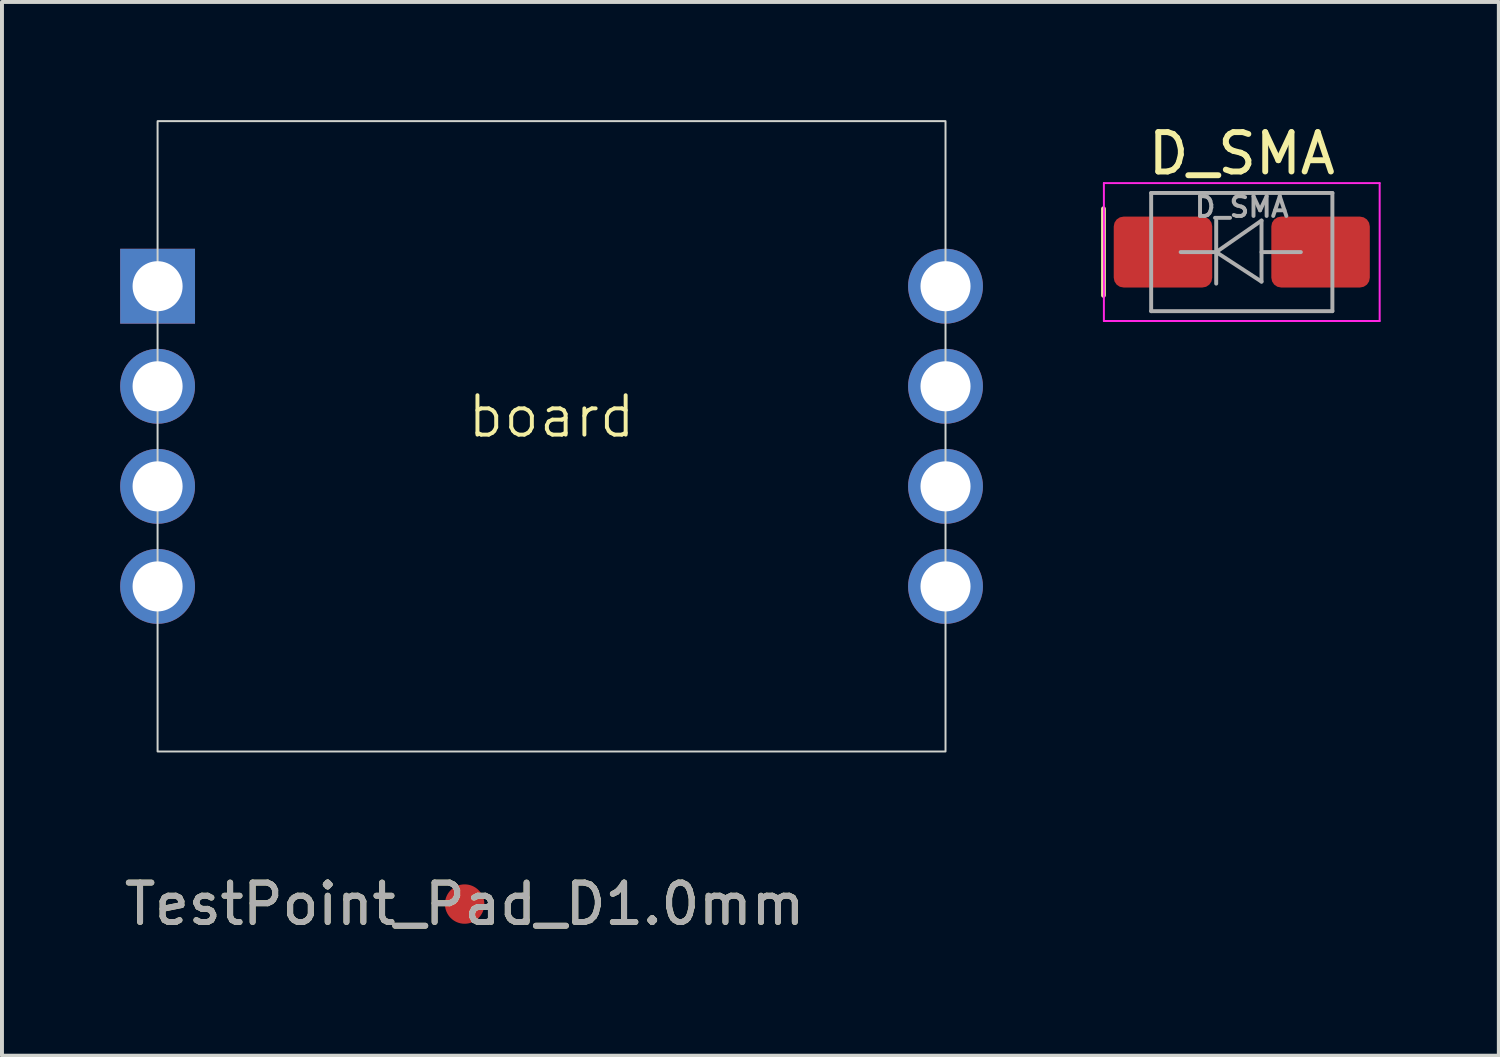
<source format=kicad_pcb>
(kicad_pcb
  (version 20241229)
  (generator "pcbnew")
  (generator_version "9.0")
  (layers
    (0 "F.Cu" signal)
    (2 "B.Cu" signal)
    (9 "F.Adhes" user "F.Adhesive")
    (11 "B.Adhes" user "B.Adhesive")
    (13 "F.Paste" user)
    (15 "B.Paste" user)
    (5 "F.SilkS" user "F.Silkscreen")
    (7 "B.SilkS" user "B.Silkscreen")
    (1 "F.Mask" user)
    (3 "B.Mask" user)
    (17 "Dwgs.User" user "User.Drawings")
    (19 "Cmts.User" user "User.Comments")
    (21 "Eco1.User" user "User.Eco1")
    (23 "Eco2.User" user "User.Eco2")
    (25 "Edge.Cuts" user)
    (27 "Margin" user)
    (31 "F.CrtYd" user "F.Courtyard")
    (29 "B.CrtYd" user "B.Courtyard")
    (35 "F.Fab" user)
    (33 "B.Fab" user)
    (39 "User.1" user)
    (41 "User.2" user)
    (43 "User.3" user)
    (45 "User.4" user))
  (footprint "board"
    (layer "F.Cu")
    (at 10.95 8.025)
    (property "Reference" "board" (at 0 -0.5 0) (unlocked yes) (layer "F.SilkS") (effects (font (size 1 1) (thickness 0.1))))
    (attr smd)
    (fp_rect (start -10 -8) (end 10 8) (stroke (width 0.05) (type default)) (fill no) (layer "Edge.Cuts"))
    (pad "1" thru_hole rect (at -10 -3.81) (size 1.9 1.9) (drill 1.27) (property pad_prop_castellated) (layers "*.Cu" "*.Mask"))
    (pad "2" thru_hole circle (at -10 -1.27) (size 1.9 1.9) (drill 1.27) (property pad_prop_castellated) (layers "*.Cu" "*.Mask"))
    (pad "3" thru_hole circle (at -10 1.27) (size 1.9 1.9) (drill 1.27) (property pad_prop_castellated) (layers "*.Cu" "*.Mask"))
    (pad "4" thru_hole circle (at -10 3.81) (size 1.9 1.9) (drill 1.27) (property pad_prop_castellated) (layers "*.Cu" "*.Mask"))
    (pad "5" thru_hole circle (at 10 3.81) (size 1.9 1.9) (drill 1.27) (property pad_prop_castellated) (layers "*.Cu" "*.Mask"))
    (pad "6" thru_hole circle (at 10 1.27) (size 1.9 1.9) (drill 1.27) (property pad_prop_castellated) (layers "*.Cu" "*.Mask"))
    (pad "7" thru_hole circle (at 10 -1.27) (size 1.9 1.9) (drill 1.27) (property pad_prop_castellated) (layers "*.Cu" "*.Mask"))
    (pad "8" thru_hole circle (at 10 -3.81) (size 1.9 1.9) (drill 1.27) (property pad_prop_castellated) (layers "*.Cu" "*.Mask")))
  (footprint "TestPoint_Pad_D1.0mm"
    (layer "F.Cu")
    (at 8.744 19.898)
    (property "Reference" "TestPoint_Pad_D1.0mm" (at 0 0 0) (layer "F.SilkS") (effects (font (size 1 1) (thickness 0.15))))
    (attr exclude_from_pos_files exclude_from_bom allow_missing_courtyard)
    (fp_text user "${REFERENCE}" (at 0 0 0) (layer "F.Fab") (effects (font (size 1 1) (thickness 0.15))))
    (pad "1" smd circle (at 0 0) (size 1 1) (property pad_prop_testpoint) (layers "F.Cu" "F.Mask")))
  (footprint "D_SMA"
    (layer "F.Cu")
    (at 28.47 3.348)
    (property "Reference" "D_SMA" (at 0 -2.5 180) (layer "F.SilkS") (effects (font (size 1 1) (thickness 0.15))))
    (attr smd)
    (fp_line (start -3.51 -1.1) (end -3.51 1.1) (stroke (width 0.12) (type solid)) (layer "F.SilkS"))
    (fp_line (start -3.5 -1.75) (end 3.5 -1.75) (stroke (width 0.05) (type solid)) (layer "F.CrtYd"))
    (fp_line (start -3.5 1.75) (end -3.5 -1.75) (stroke (width 0.05) (type solid)) (layer "F.CrtYd"))
    (fp_line (start 3.5 -1.75) (end 3.5 1.75) (stroke (width 0.05) (type solid)) (layer "F.CrtYd"))
    (fp_line (start 3.5 1.75) (end -3.5 1.75) (stroke (width 0.05) (type solid)) (layer "F.CrtYd"))
    (fp_line (start -2.3 1.5) (end -2.3 -1.5) (stroke (width 0.1) (type solid)) (layer "F.Fab"))
    (fp_line (start -0.649 -0.799) (end -0.649 0.801) (stroke (width 0.1) (type solid)) (layer "F.Fab"))
    (fp_line (start -0.649 0.001) (end -1.551 0.001) (stroke (width 0.1) (type solid)) (layer "F.Fab"))
    (fp_line (start -0.649 0.001) (end 0.501 -0.799) (stroke (width 0.1) (type solid)) (layer "F.Fab"))
    (fp_line (start -0.649 0.001) (end 0.501 0.75) (stroke (width 0.1) (type solid)) (layer "F.Fab"))
    (fp_line (start 0.501 0.001) (end 1.499 0.001) (stroke (width 0.1) (type solid)) (layer "F.Fab"))
    (fp_line (start 0.501 0.75) (end 0.501 -0.799) (stroke (width 0.1) (type solid)) (layer "F.Fab"))
    (fp_line (start 2.3 -1.5) (end -2.3 -1.5) (stroke (width 0.1) (type solid)) (layer "F.Fab"))
    (fp_line (start 2.3 -1.5) (end 2.3 1.5) (stroke (width 0.1) (type solid)) (layer "F.Fab"))
    (fp_line (start 2.3 1.5) (end -2.3 1.5) (stroke (width 0.1) (type solid)) (layer "F.Fab"))
    (fp_text user "${REFERENCE}" (at 0 -1.143 180) (layer "F.Fab") (effects (font (size 0.5 0.5) (thickness 0.1) (bold yes))))
    (pad "1" smd roundrect (at -2 0) (size 2.5 1.8) (layers "F.Cu" "F.Mask" "F.Paste") (roundrect_rratio 0.139))
    (pad "2" smd roundrect (at 2 0) (size 2.5 1.8) (layers "F.Cu" "F.Mask" "F.Paste") (roundrect_rratio 0.139)))
  (gr_rect
    (start -3 -3)
    (end 34.995 23.747)
    (stroke (width 0.1) (type default))
    (fill no)
    (layer "Edge.Cuts")))
</source>
